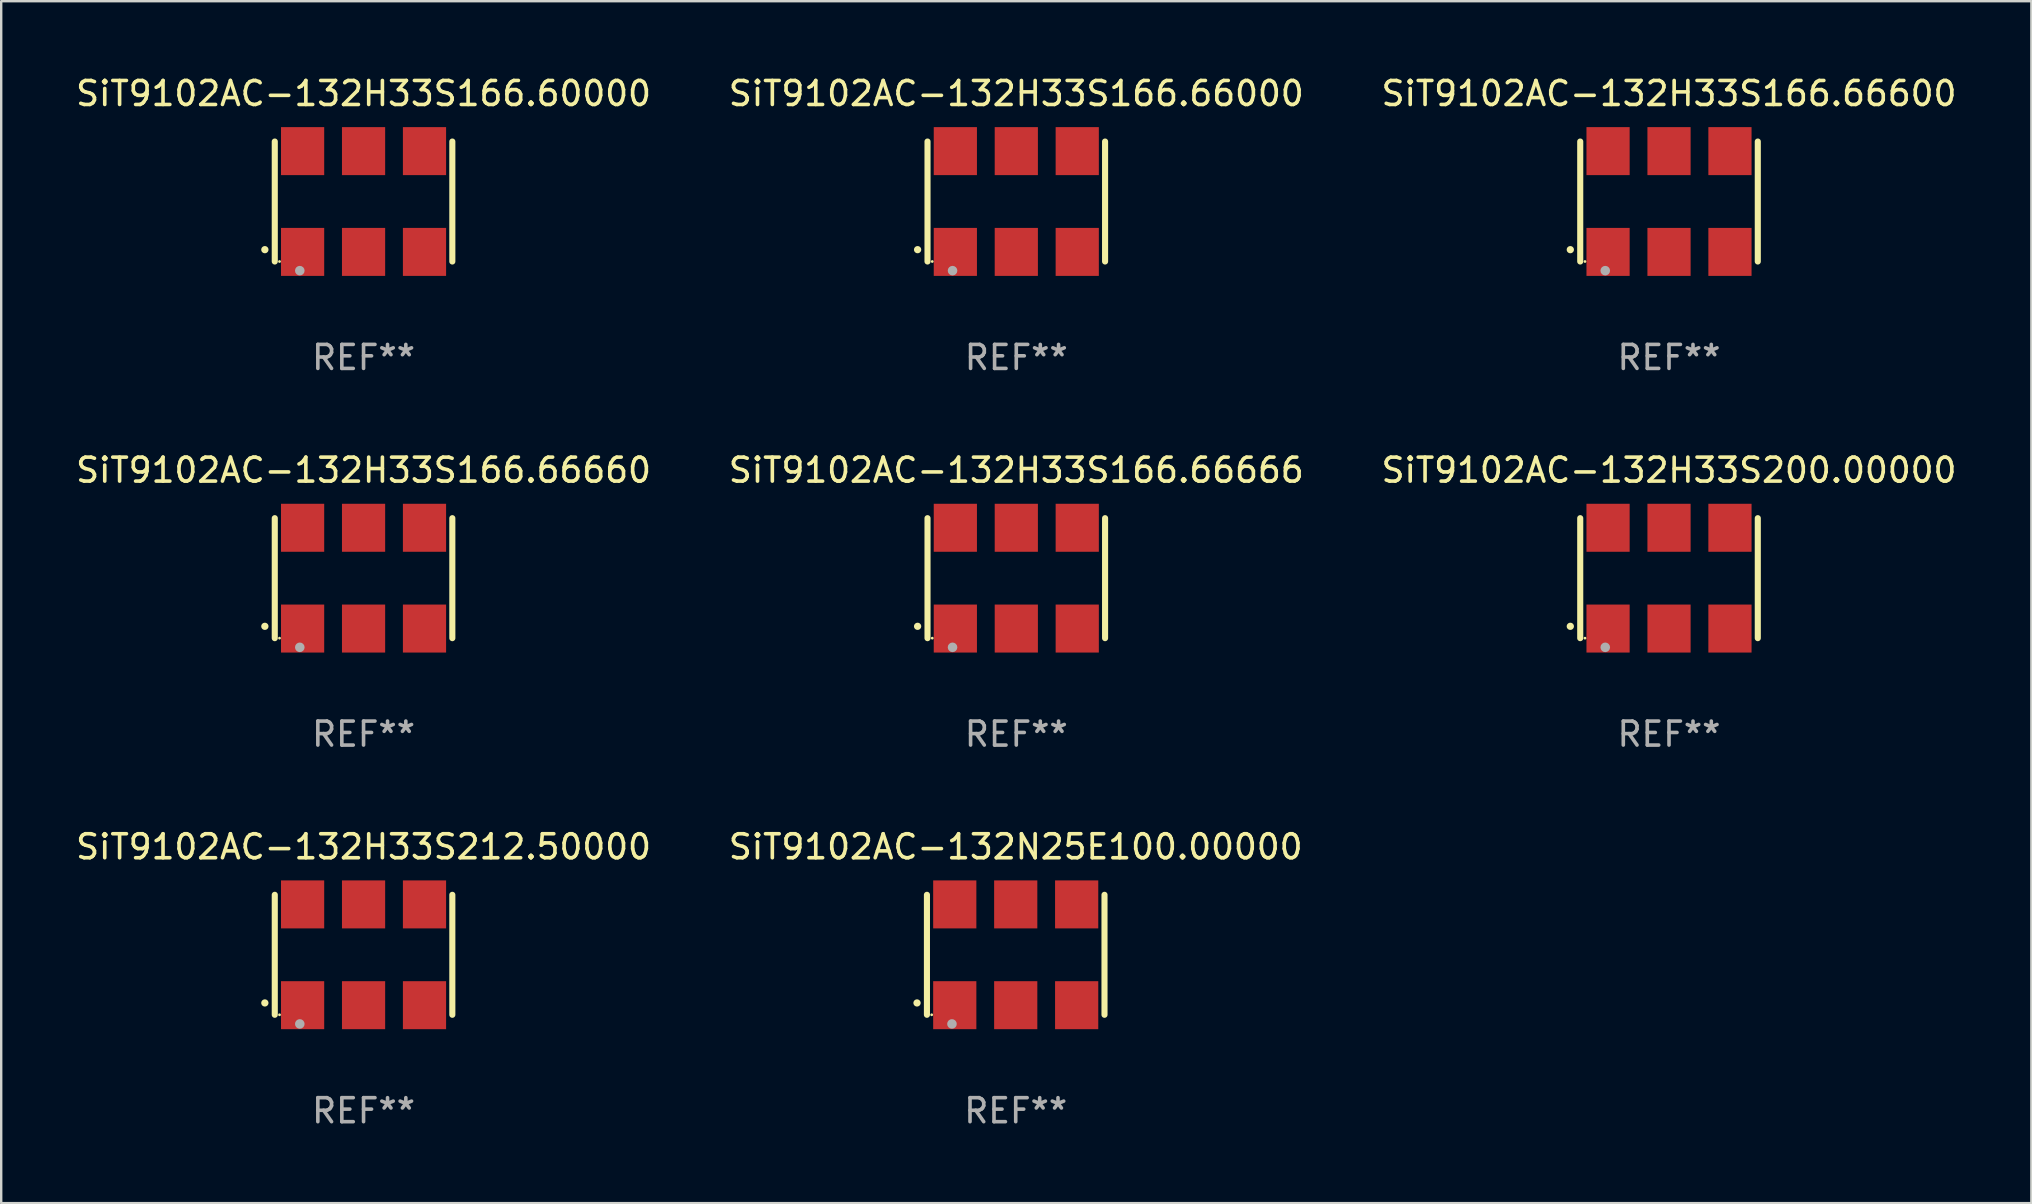
<source format=kicad_pcb>
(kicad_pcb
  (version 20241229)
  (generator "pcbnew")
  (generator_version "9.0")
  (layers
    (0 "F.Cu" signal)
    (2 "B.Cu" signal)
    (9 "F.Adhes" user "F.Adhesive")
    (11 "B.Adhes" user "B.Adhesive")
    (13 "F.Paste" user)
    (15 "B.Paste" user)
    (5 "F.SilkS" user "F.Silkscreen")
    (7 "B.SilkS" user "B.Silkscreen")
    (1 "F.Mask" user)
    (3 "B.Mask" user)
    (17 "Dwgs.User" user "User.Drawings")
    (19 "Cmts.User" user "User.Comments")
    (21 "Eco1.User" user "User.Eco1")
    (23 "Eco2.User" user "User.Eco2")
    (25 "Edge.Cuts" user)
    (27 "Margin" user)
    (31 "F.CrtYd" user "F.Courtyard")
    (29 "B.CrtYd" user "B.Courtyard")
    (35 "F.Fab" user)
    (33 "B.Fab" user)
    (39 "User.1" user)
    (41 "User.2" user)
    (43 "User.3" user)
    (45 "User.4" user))
  (footprint "SiT9102AC-132H33S200.00000"
    (layer "F.Cu")
    (at 66.506 21.045)
    (property "Reference" "SiT9102AC-132H33S200.00000" (at 0 -4.5 0) (layer "F.SilkS") (effects (font (size 1 1) (thickness 0.15))))
    (attr through_hole)
    (fp_line (start -3.7 -2.5) (end -3.7 2.5) (stroke (width 0.254) (type solid)) (layer "F.SilkS"))
    (fp_line (start 3.7 -2.5) (end 3.7 2.5) (stroke (width 0.254) (type solid)) (layer "F.SilkS"))
    (fp_arc (start -4.114415 2.006604) (mid -4.113145 2.006599) (end -4.111875 2.006604) (stroke (width 0.3) (type solid)) (layer "F.SilkS"))
    (fp_circle (center -3.502 2.5) (end -3.472 2.5) (stroke (width 0.06) (type solid)) (fill no) (layer "F.SilkS"))
    (fp_circle (center -2.657 2.882) (end -2.557 2.882) (stroke (width 0.2) (type solid)) (fill no) (layer "F.Fab"))
    (fp_text user "REF**" (at 0 6.5 0) (layer "F.Fab") (effects (font (size 1 1) (thickness 0.15))))
    (pad "1" smd rect (at -2.54 2.1) (size 1.8 2) (layers "F.Cu" "F.Mask" "F.Paste"))
    (pad "2" smd rect (at 0.000394 2.1) (size 1.8 2) (layers "F.Cu" "F.Mask" "F.Paste"))
    (pad "3" smd rect (at 2.54 2.1) (size 1.8 2) (layers "F.Cu" "F.Mask" "F.Paste"))
    (pad "4" smd rect (at 2.54 -2.1) (size 1.8 2) (layers "F.Cu" "F.Mask" "F.Paste"))
    (pad "5" smd rect (at 0.000394 -2.1) (size 1.8 2) (layers "F.Cu" "F.Mask" "F.Paste"))
    (pad "6" smd rect (at -2.54 -2.1) (size 1.8 2) (layers "F.Cu" "F.Mask" "F.Paste")))
  (footprint "SiT9102AC-132H33S166.66666"
    (layer "F.Cu")
    (at 39.304 21.045)
    (property "Reference" "SiT9102AC-132H33S166.66666" (at 0 -4.5 0) (layer "F.SilkS") (effects (font (size 1 1) (thickness 0.15))))
    (attr through_hole)
    (fp_line (start -3.7 -2.5) (end -3.7 2.5) (stroke (width 0.254) (type solid)) (layer "F.SilkS"))
    (fp_line (start 3.7 -2.5) (end 3.7 2.5) (stroke (width 0.254) (type solid)) (layer "F.SilkS"))
    (fp_arc (start -4.114415 2.006604) (mid -4.113145 2.006599) (end -4.111875 2.006604) (stroke (width 0.3) (type solid)) (layer "F.SilkS"))
    (fp_circle (center -3.502 2.5) (end -3.472 2.5) (stroke (width 0.06) (type solid)) (fill no) (layer "F.SilkS"))
    (fp_circle (center -2.657 2.882) (end -2.557 2.882) (stroke (width 0.2) (type solid)) (fill no) (layer "F.Fab"))
    (fp_text user "REF**" (at 0 6.5 0) (layer "F.Fab") (effects (font (size 1 1) (thickness 0.15))))
    (pad "1" smd rect (at -2.54 2.1) (size 1.8 2) (layers "F.Cu" "F.Mask" "F.Paste"))
    (pad "2" smd rect (at 0.000394 2.1) (size 1.8 2) (layers "F.Cu" "F.Mask" "F.Paste"))
    (pad "3" smd rect (at 2.54 2.1) (size 1.8 2) (layers "F.Cu" "F.Mask" "F.Paste"))
    (pad "4" smd rect (at 2.54 -2.1) (size 1.8 2) (layers "F.Cu" "F.Mask" "F.Paste"))
    (pad "5" smd rect (at 0.000394 -2.1) (size 1.8 2) (layers "F.Cu" "F.Mask" "F.Paste"))
    (pad "6" smd rect (at -2.54 -2.1) (size 1.8 2) (layers "F.Cu" "F.Mask" "F.Paste")))
  (footprint "SiT9102AC-132H33S166.66000"
    (layer "F.Cu")
    (at 39.304 5.348)
    (property "Reference" "SiT9102AC-132H33S166.66000" (at 0 -4.5 0) (layer "F.SilkS") (effects (font (size 1 1) (thickness 0.15))))
    (attr through_hole)
    (fp_line (start -3.7 -2.5) (end -3.7 2.5) (stroke (width 0.254) (type solid)) (layer "F.SilkS"))
    (fp_line (start 3.7 -2.5) (end 3.7 2.5) (stroke (width 0.254) (type solid)) (layer "F.SilkS"))
    (fp_arc (start -4.114415 2.006604) (mid -4.113145 2.006599) (end -4.111875 2.006604) (stroke (width 0.3) (type solid)) (layer "F.SilkS"))
    (fp_circle (center -3.502 2.5) (end -3.472 2.5) (stroke (width 0.06) (type solid)) (fill no) (layer "F.SilkS"))
    (fp_circle (center -2.657 2.882) (end -2.557 2.882) (stroke (width 0.2) (type solid)) (fill no) (layer "F.Fab"))
    (fp_text user "REF**" (at 0 6.5 0) (layer "F.Fab") (effects (font (size 1 1) (thickness 0.15))))
    (pad "1" smd rect (at -2.54 2.1) (size 1.8 2) (layers "F.Cu" "F.Mask" "F.Paste"))
    (pad "2" smd rect (at 0.000394 2.1) (size 1.8 2) (layers "F.Cu" "F.Mask" "F.Paste"))
    (pad "3" smd rect (at 2.54 2.1) (size 1.8 2) (layers "F.Cu" "F.Mask" "F.Paste"))
    (pad "4" smd rect (at 2.54 -2.1) (size 1.8 2) (layers "F.Cu" "F.Mask" "F.Paste"))
    (pad "5" smd rect (at 0.000394 -2.1) (size 1.8 2) (layers "F.Cu" "F.Mask" "F.Paste"))
    (pad "6" smd rect (at -2.54 -2.1) (size 1.8 2) (layers "F.Cu" "F.Mask" "F.Paste")))
  (footprint "SiT9102AC-132H33S212.50000"
    (layer "F.Cu")
    (at 12.101 36.741)
    (property "Reference" "SiT9102AC-132H33S212.50000" (at 0 -4.5 0) (layer "F.SilkS") (effects (font (size 1 1) (thickness 0.15))))
    (attr through_hole)
    (fp_line (start -3.7 -2.5) (end -3.7 2.5) (stroke (width 0.254) (type solid)) (layer "F.SilkS"))
    (fp_line (start 3.7 -2.5) (end 3.7 2.5) (stroke (width 0.254) (type solid)) (layer "F.SilkS"))
    (fp_arc (start -4.114415 2.006604) (mid -4.113145 2.006599) (end -4.111875 2.006604) (stroke (width 0.3) (type solid)) (layer "F.SilkS"))
    (fp_circle (center -3.502 2.5) (end -3.472 2.5) (stroke (width 0.06) (type solid)) (fill no) (layer "F.SilkS"))
    (fp_circle (center -2.657 2.882) (end -2.557 2.882) (stroke (width 0.2) (type solid)) (fill no) (layer "F.Fab"))
    (fp_text user "REF**" (at 0 6.5 0) (layer "F.Fab") (effects (font (size 1 1) (thickness 0.15))))
    (pad "1" smd rect (at -2.54 2.1) (size 1.8 2) (layers "F.Cu" "F.Mask" "F.Paste"))
    (pad "2" smd rect (at 0.000394 2.1) (size 1.8 2) (layers "F.Cu" "F.Mask" "F.Paste"))
    (pad "3" smd rect (at 2.54 2.1) (size 1.8 2) (layers "F.Cu" "F.Mask" "F.Paste"))
    (pad "4" smd rect (at 2.54 -2.1) (size 1.8 2) (layers "F.Cu" "F.Mask" "F.Paste"))
    (pad "5" smd rect (at 0.000394 -2.1) (size 1.8 2) (layers "F.Cu" "F.Mask" "F.Paste"))
    (pad "6" smd rect (at -2.54 -2.1) (size 1.8 2) (layers "F.Cu" "F.Mask" "F.Paste")))
  (footprint "SiT9102AC-132H33S166.60000"
    (layer "F.Cu")
    (at 12.101 5.348)
    (property "Reference" "SiT9102AC-132H33S166.60000" (at 0 -4.5 0) (layer "F.SilkS") (effects (font (size 1 1) (thickness 0.15))))
    (attr through_hole)
    (fp_line (start -3.7 -2.5) (end -3.7 2.5) (stroke (width 0.254) (type solid)) (layer "F.SilkS"))
    (fp_line (start 3.7 -2.5) (end 3.7 2.5) (stroke (width 0.254) (type solid)) (layer "F.SilkS"))
    (fp_arc (start -4.114415 2.006604) (mid -4.113145 2.006599) (end -4.111875 2.006604) (stroke (width 0.3) (type solid)) (layer "F.SilkS"))
    (fp_circle (center -3.502 2.5) (end -3.472 2.5) (stroke (width 0.06) (type solid)) (fill no) (layer "F.SilkS"))
    (fp_circle (center -2.657 2.882) (end -2.557 2.882) (stroke (width 0.2) (type solid)) (fill no) (layer "F.Fab"))
    (fp_text user "REF**" (at 0 6.5 0) (layer "F.Fab") (effects (font (size 1 1) (thickness 0.15))))
    (pad "1" smd rect (at -2.54 2.1) (size 1.8 2) (layers "F.Cu" "F.Mask" "F.Paste"))
    (pad "2" smd rect (at 0.000394 2.1) (size 1.8 2) (layers "F.Cu" "F.Mask" "F.Paste"))
    (pad "3" smd rect (at 2.54 2.1) (size 1.8 2) (layers "F.Cu" "F.Mask" "F.Paste"))
    (pad "4" smd rect (at 2.54 -2.1) (size 1.8 2) (layers "F.Cu" "F.Mask" "F.Paste"))
    (pad "5" smd rect (at 0.000394 -2.1) (size 1.8 2) (layers "F.Cu" "F.Mask" "F.Paste"))
    (pad "6" smd rect (at -2.54 -2.1) (size 1.8 2) (layers "F.Cu" "F.Mask" "F.Paste")))
  (footprint "SiT9102AC-132H33S166.66660"
    (layer "F.Cu")
    (at 12.101 21.045)
    (property "Reference" "SiT9102AC-132H33S166.66660" (at 0 -4.5 0) (layer "F.SilkS") (effects (font (size 1 1) (thickness 0.15))))
    (attr through_hole)
    (fp_line (start -3.7 -2.5) (end -3.7 2.5) (stroke (width 0.254) (type solid)) (layer "F.SilkS"))
    (fp_line (start 3.7 -2.5) (end 3.7 2.5) (stroke (width 0.254) (type solid)) (layer "F.SilkS"))
    (fp_arc (start -4.114415 2.006604) (mid -4.113145 2.006599) (end -4.111875 2.006604) (stroke (width 0.3) (type solid)) (layer "F.SilkS"))
    (fp_circle (center -3.502 2.5) (end -3.472 2.5) (stroke (width 0.06) (type solid)) (fill no) (layer "F.SilkS"))
    (fp_circle (center -2.657 2.882) (end -2.557 2.882) (stroke (width 0.2) (type solid)) (fill no) (layer "F.Fab"))
    (fp_text user "REF**" (at 0 6.5 0) (layer "F.Fab") (effects (font (size 1 1) (thickness 0.15))))
    (pad "1" smd rect (at -2.54 2.1) (size 1.8 2) (layers "F.Cu" "F.Mask" "F.Paste"))
    (pad "2" smd rect (at 0.000394 2.1) (size 1.8 2) (layers "F.Cu" "F.Mask" "F.Paste"))
    (pad "3" smd rect (at 2.54 2.1) (size 1.8 2) (layers "F.Cu" "F.Mask" "F.Paste"))
    (pad "4" smd rect (at 2.54 -2.1) (size 1.8 2) (layers "F.Cu" "F.Mask" "F.Paste"))
    (pad "5" smd rect (at 0.000394 -2.1) (size 1.8 2) (layers "F.Cu" "F.Mask" "F.Paste"))
    (pad "6" smd rect (at -2.54 -2.1) (size 1.8 2) (layers "F.Cu" "F.Mask" "F.Paste")))
  (footprint "SiT9102AC-132H33S166.66600"
    (layer "F.Cu")
    (at 66.506 5.348)
    (property "Reference" "SiT9102AC-132H33S166.66600" (at 0 -4.5 0) (layer "F.SilkS") (effects (font (size 1 1) (thickness 0.15))))
    (attr through_hole)
    (fp_line (start -3.7 -2.5) (end -3.7 2.5) (stroke (width 0.254) (type solid)) (layer "F.SilkS"))
    (fp_line (start 3.7 -2.5) (end 3.7 2.5) (stroke (width 0.254) (type solid)) (layer "F.SilkS"))
    (fp_arc (start -4.114415 2.006604) (mid -4.113145 2.006599) (end -4.111875 2.006604) (stroke (width 0.3) (type solid)) (layer "F.SilkS"))
    (fp_circle (center -3.502 2.5) (end -3.472 2.5) (stroke (width 0.06) (type solid)) (fill no) (layer "F.SilkS"))
    (fp_circle (center -2.657 2.882) (end -2.557 2.882) (stroke (width 0.2) (type solid)) (fill no) (layer "F.Fab"))
    (fp_text user "REF**" (at 0 6.5 0) (layer "F.Fab") (effects (font (size 1 1) (thickness 0.15))))
    (pad "1" smd rect (at -2.54 2.1) (size 1.8 2) (layers "F.Cu" "F.Mask" "F.Paste"))
    (pad "2" smd rect (at 0.000394 2.1) (size 1.8 2) (layers "F.Cu" "F.Mask" "F.Paste"))
    (pad "3" smd rect (at 2.54 2.1) (size 1.8 2) (layers "F.Cu" "F.Mask" "F.Paste"))
    (pad "4" smd rect (at 2.54 -2.1) (size 1.8 2) (layers "F.Cu" "F.Mask" "F.Paste"))
    (pad "5" smd rect (at 0.000394 -2.1) (size 1.8 2) (layers "F.Cu" "F.Mask" "F.Paste"))
    (pad "6" smd rect (at -2.54 -2.1) (size 1.8 2) (layers "F.Cu" "F.Mask" "F.Paste")))
  (footprint "SiT9102AC-132N25E100.00000"
    (layer "F.Cu")
    (at 39.28 36.741)
    (property "Reference" "SiT9102AC-132N25E100.00000" (at 0 -4.5 0) (layer "F.SilkS") (effects (font (size 1 1) (thickness 0.15))))
    (attr through_hole)
    (fp_line (start -3.7 -2.5) (end -3.7 2.5) (stroke (width 0.254) (type solid)) (layer "F.SilkS"))
    (fp_line (start 3.7 -2.5) (end 3.7 2.5) (stroke (width 0.254) (type solid)) (layer "F.SilkS"))
    (fp_arc (start -4.114415 2.006604) (mid -4.113145 2.006599) (end -4.111875 2.006604) (stroke (width 0.3) (type solid)) (layer "F.SilkS"))
    (fp_circle (center -3.502 2.5) (end -3.472 2.5) (stroke (width 0.06) (type solid)) (fill no) (layer "F.SilkS"))
    (fp_circle (center -2.657 2.882) (end -2.557 2.882) (stroke (width 0.2) (type solid)) (fill no) (layer "F.Fab"))
    (fp_text user "REF**" (at 0 6.5 0) (layer "F.Fab") (effects (font (size 1 1) (thickness 0.15))))
    (pad "1" smd rect (at -2.54 2.1) (size 1.8 2) (layers "F.Cu" "F.Mask" "F.Paste"))
    (pad "2" smd rect (at 0.000394 2.1) (size 1.8 2) (layers "F.Cu" "F.Mask" "F.Paste"))
    (pad "3" smd rect (at 2.54 2.1) (size 1.8 2) (layers "F.Cu" "F.Mask" "F.Paste"))
    (pad "4" smd rect (at 2.54 -2.1) (size 1.8 2) (layers "F.Cu" "F.Mask" "F.Paste"))
    (pad "5" smd rect (at 0.000394 -2.1) (size 1.8 2) (layers "F.Cu" "F.Mask" "F.Paste"))
    (pad "6" smd rect (at -2.54 -2.1) (size 1.8 2) (layers "F.Cu" "F.Mask" "F.Paste")))
  (gr_rect
    (start -3 -3)
    (end 81.607 47.09)
    (stroke (width 0.1) (type default))
    (fill no)
    (layer "Edge.Cuts")))
</source>
